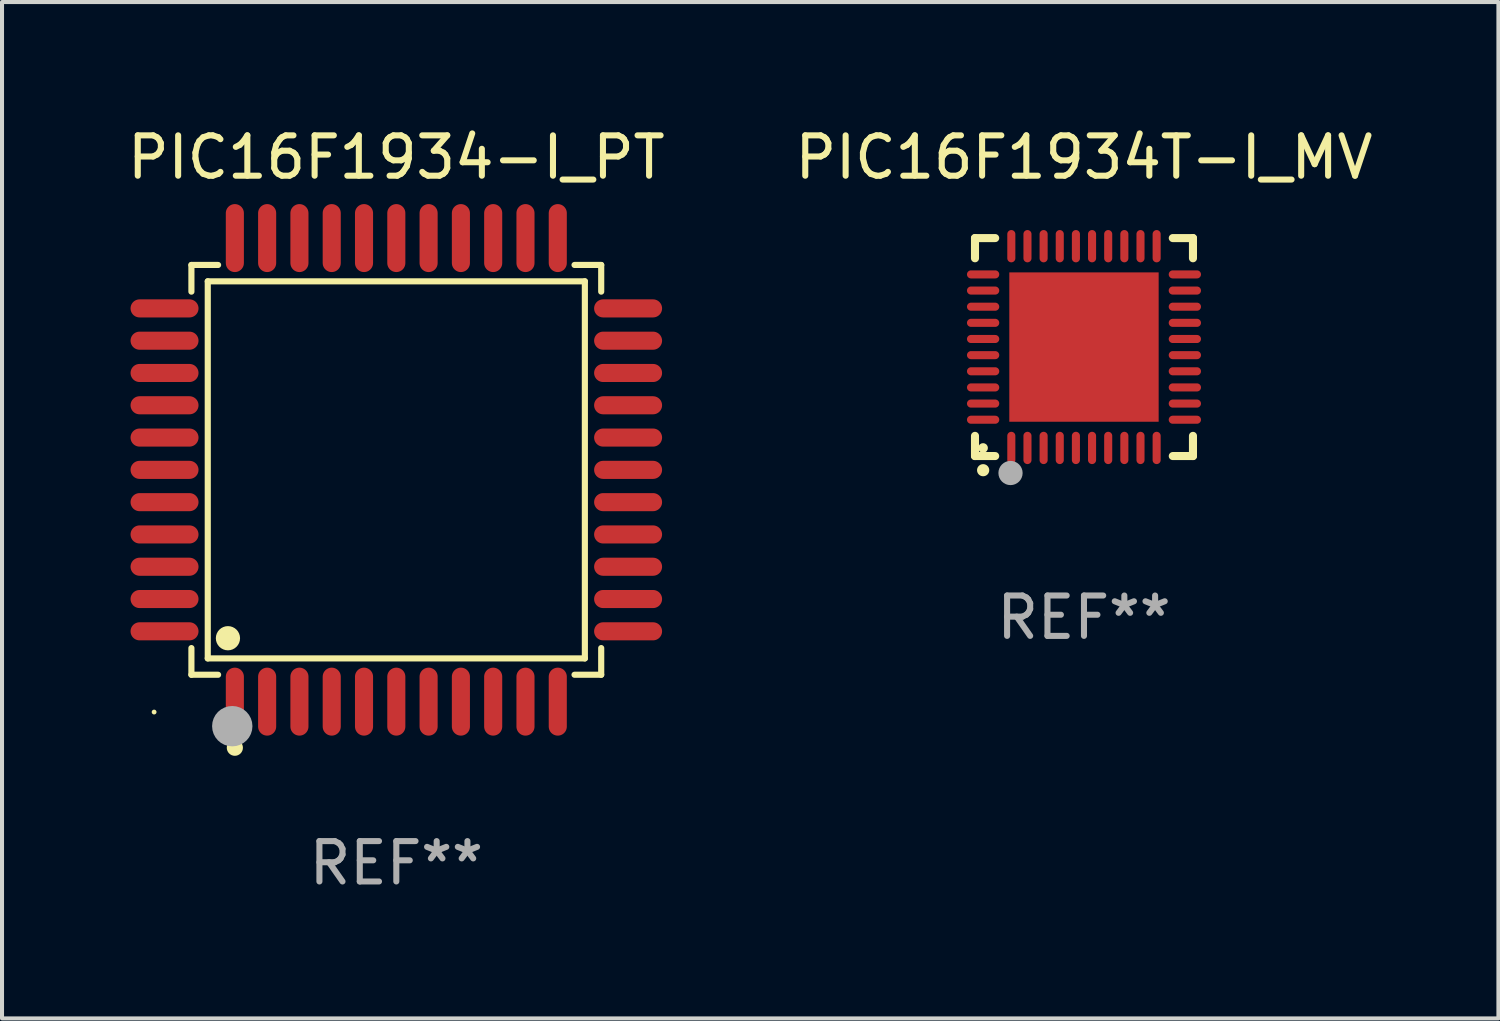
<source format=kicad_pcb>
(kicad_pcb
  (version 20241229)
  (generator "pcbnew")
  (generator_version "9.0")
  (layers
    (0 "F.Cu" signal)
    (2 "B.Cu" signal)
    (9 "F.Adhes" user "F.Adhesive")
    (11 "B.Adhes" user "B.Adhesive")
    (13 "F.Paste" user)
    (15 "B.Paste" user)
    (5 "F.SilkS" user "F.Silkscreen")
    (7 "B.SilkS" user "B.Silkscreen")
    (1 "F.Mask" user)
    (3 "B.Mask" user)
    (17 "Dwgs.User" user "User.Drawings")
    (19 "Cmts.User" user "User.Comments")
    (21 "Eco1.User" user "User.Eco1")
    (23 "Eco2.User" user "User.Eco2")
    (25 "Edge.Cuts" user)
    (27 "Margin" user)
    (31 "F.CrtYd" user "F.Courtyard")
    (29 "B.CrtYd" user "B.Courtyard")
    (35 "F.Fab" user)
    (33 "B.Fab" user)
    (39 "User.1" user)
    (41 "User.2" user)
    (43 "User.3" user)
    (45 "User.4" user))
  (footprint "PIC16F1934-I_PT"
    (layer "F.Cu")
    (at 6.768 8.59)
    (property "Reference" "PIC16F1934-I_PT" (at 0 -7.742 0) (layer "F.SilkS") (effects (font (size 1 1) (thickness 0.15))))
    (attr through_hole)
    (fp_line (start -5.076 -5.076) (end -4.415 -5.076) (stroke (width 0.152) (type solid)) (layer "F.SilkS"))
    (fp_line (start -5.076 -4.415) (end -5.076 -5.076) (stroke (width 0.152) (type solid)) (layer "F.SilkS"))
    (fp_line (start -5.076 4.415) (end -5.076 5.076) (stroke (width 0.152) (type solid)) (layer "F.SilkS"))
    (fp_line (start -5.076 5.076) (end -4.415 5.076) (stroke (width 0.152) (type solid)) (layer "F.SilkS"))
    (fp_line (start -4.671 -4.671) (end 4.671 -4.671) (stroke (width 0.152) (type solid)) (layer "F.SilkS"))
    (fp_line (start -4.671 4.671) (end -4.671 -4.671) (stroke (width 0.152) (type solid)) (layer "F.SilkS"))
    (fp_line (start 4.671 -4.671) (end 4.671 4.671) (stroke (width 0.152) (type solid)) (layer "F.SilkS"))
    (fp_line (start 4.671 4.671) (end -4.671 4.671) (stroke (width 0.152) (type solid)) (layer "F.SilkS"))
    (fp_line (start 5.076 -5.076) (end 4.415 -5.076) (stroke (width 0.152) (type solid)) (layer "F.SilkS"))
    (fp_line (start 5.076 -4.415) (end 5.076 -5.076) (stroke (width 0.152) (type solid)) (layer "F.SilkS"))
    (fp_line (start 5.076 4.415) (end 5.076 5.076) (stroke (width 0.152) (type solid)) (layer "F.SilkS"))
    (fp_line (start 5.076 5.076) (end 4.415 5.076) (stroke (width 0.152) (type solid)) (layer "F.SilkS"))
    (fp_circle (center -6 6) (end -5.97 6) (stroke (width 0.06) (type solid)) (fill no) (layer "F.SilkS"))
    (fp_circle (center -4.171 4.171) (end -4.021 4.171) (stroke (width 0.3) (type solid)) (fill no) (layer "F.SilkS"))
    (fp_circle (center -4 6.884) (end -3.9 6.884) (stroke (width 0.2) (type solid)) (fill no) (layer "F.SilkS"))
    (fp_circle (center -4.064 6.35) (end -3.814 6.35) (stroke (width 0.5) (type solid)) (fill no) (layer "F.Fab"))
    (fp_text user "REF**" (at 0 9.742 0) (layer "F.Fab") (effects (font (size 1 1) (thickness 0.15))))
    (pad "1" smd oval (at -4 5.742) (size 0.448 1.684) (layers "F.Cu" "F.Mask" "F.Paste"))
    (pad "2" smd oval (at -3.2 5.742) (size 0.448 1.684) (layers "F.Cu" "F.Mask" "F.Paste"))
    (pad "3" smd oval (at -2.4 5.742) (size 0.448 1.684) (layers "F.Cu" "F.Mask" "F.Paste"))
    (pad "4" smd oval (at -1.6 5.742) (size 0.448 1.684) (layers "F.Cu" "F.Mask" "F.Paste"))
    (pad "5" smd oval (at -0.8 5.742) (size 0.448 1.684) (layers "F.Cu" "F.Mask" "F.Paste"))
    (pad "6" smd oval (at 0 5.742) (size 0.448 1.684) (layers "F.Cu" "F.Mask" "F.Paste"))
    (pad "7" smd oval (at 0.8 5.742) (size 0.448 1.684) (layers "F.Cu" "F.Mask" "F.Paste"))
    (pad "8" smd oval (at 1.6 5.742) (size 0.448 1.684) (layers "F.Cu" "F.Mask" "F.Paste"))
    (pad "9" smd oval (at 2.4 5.742) (size 0.448 1.684) (layers "F.Cu" "F.Mask" "F.Paste"))
    (pad "10" smd oval (at 3.2 5.742) (size 0.448 1.684) (layers "F.Cu" "F.Mask" "F.Paste"))
    (pad "11" smd oval (at 4 5.742) (size 0.448 1.684) (layers "F.Cu" "F.Mask" "F.Paste"))
    (pad "12" smd oval (at 5.742 4) (size 1.684 0.448) (layers "F.Cu" "F.Mask" "F.Paste"))
    (pad "13" smd oval (at 5.742 3.2) (size 1.684 0.448) (layers "F.Cu" "F.Mask" "F.Paste"))
    (pad "14" smd oval (at 5.742 2.4) (size 1.684 0.448) (layers "F.Cu" "F.Mask" "F.Paste"))
    (pad "15" smd oval (at 5.742 1.6) (size 1.684 0.448) (layers "F.Cu" "F.Mask" "F.Paste"))
    (pad "16" smd oval (at 5.742 0.8) (size 1.684 0.448) (layers "F.Cu" "F.Mask" "F.Paste"))
    (pad "17" smd oval (at 5.742 0) (size 1.684 0.448) (layers "F.Cu" "F.Mask" "F.Paste"))
    (pad "18" smd oval (at 5.742 -0.8) (size 1.684 0.448) (layers "F.Cu" "F.Mask" "F.Paste"))
    (pad "19" smd oval (at 5.742 -1.6) (size 1.684 0.448) (layers "F.Cu" "F.Mask" "F.Paste"))
    (pad "20" smd oval (at 5.742 -2.4) (size 1.684 0.448) (layers "F.Cu" "F.Mask" "F.Paste"))
    (pad "21" smd oval (at 5.742 -3.2) (size 1.684 0.448) (layers "F.Cu" "F.Mask" "F.Paste"))
    (pad "22" smd oval (at 5.742 -4) (size 1.684 0.448) (layers "F.Cu" "F.Mask" "F.Paste"))
    (pad "23" smd oval (at 4 -5.742) (size 0.448 1.684) (layers "F.Cu" "F.Mask" "F.Paste"))
    (pad "24" smd oval (at 3.2 -5.742) (size 0.448 1.684) (layers "F.Cu" "F.Mask" "F.Paste"))
    (pad "25" smd oval (at 2.4 -5.742) (size 0.448 1.684) (layers "F.Cu" "F.Mask" "F.Paste"))
    (pad "26" smd oval (at 1.6 -5.742) (size 0.448 1.684) (layers "F.Cu" "F.Mask" "F.Paste"))
    (pad "27" smd oval (at 0.8 -5.742) (size 0.448 1.684) (layers "F.Cu" "F.Mask" "F.Paste"))
    (pad "28" smd oval (at 0 -5.742) (size 0.448 1.684) (layers "F.Cu" "F.Mask" "F.Paste"))
    (pad "29" smd oval (at -0.8 -5.742) (size 0.448 1.684) (layers "F.Cu" "F.Mask" "F.Paste"))
    (pad "30" smd oval (at -1.6 -5.742) (size 0.448 1.684) (layers "F.Cu" "F.Mask" "F.Paste"))
    (pad "31" smd oval (at -2.4 -5.742) (size 0.448 1.684) (layers "F.Cu" "F.Mask" "F.Paste"))
    (pad "32" smd oval (at -3.2 -5.742) (size 0.448 1.684) (layers "F.Cu" "F.Mask" "F.Paste"))
    (pad "33" smd oval (at -4 -5.742) (size 0.448 1.684) (layers "F.Cu" "F.Mask" "F.Paste"))
    (pad "34" smd oval (at -5.742 -4) (size 1.684 0.448) (layers "F.Cu" "F.Mask" "F.Paste"))
    (pad "35" smd oval (at -5.742 -3.2) (size 1.684 0.448) (layers "F.Cu" "F.Mask" "F.Paste"))
    (pad "36" smd oval (at -5.742 -2.4) (size 1.684 0.448) (layers "F.Cu" "F.Mask" "F.Paste"))
    (pad "37" smd oval (at -5.742 -1.6) (size 1.684 0.448) (layers "F.Cu" "F.Mask" "F.Paste"))
    (pad "38" smd oval (at -5.742 -0.8) (size 1.684 0.448) (layers "F.Cu" "F.Mask" "F.Paste"))
    (pad "39" smd oval (at -5.742 0) (size 1.684 0.448) (layers "F.Cu" "F.Mask" "F.Paste"))
    (pad "40" smd oval (at -5.742 0.8) (size 1.684 0.448) (layers "F.Cu" "F.Mask" "F.Paste"))
    (pad "41" smd oval (at -5.742 1.6) (size 1.684 0.448) (layers "F.Cu" "F.Mask" "F.Paste"))
    (pad "42" smd oval (at -5.742 2.4) (size 1.684 0.448) (layers "F.Cu" "F.Mask" "F.Paste"))
    (pad "43" smd oval (at -5.742 3.2) (size 1.684 0.448) (layers "F.Cu" "F.Mask" "F.Paste"))
    (pad "44" smd oval (at -5.742 4) (size 1.684 0.448) (layers "F.Cu" "F.Mask" "F.Paste")))
  (footprint "PIC16F1934T-I_MV"
    (layer "F.Cu")
    (at 23.804 5.548)
    (property "Reference" "PIC16F1934T-I_MV" (at 0 -4.7 0) (layer "F.SilkS") (effects (font (size 1 1) (thickness 0.15))))
    (attr through_hole)
    (fp_line (start -2.7 -2.7) (end -2.7 -2.2) (stroke (width 0.2) (type solid)) (layer "F.SilkS"))
    (fp_line (start -2.7 2.7) (end -2.7 2.2) (stroke (width 0.2) (type solid)) (layer "F.SilkS"))
    (fp_line (start -2.2 -2.7) (end -2.7 -2.7) (stroke (width 0.2) (type solid)) (layer "F.SilkS"))
    (fp_line (start -2.2 2.7) (end -2.7 2.7) (stroke (width 0.2) (type solid)) (layer "F.SilkS"))
    (fp_line (start 2.7 -2.7) (end 2.2 -2.7) (stroke (width 0.2) (type solid)) (layer "F.SilkS"))
    (fp_line (start 2.7 -2.2) (end 2.7 -2.7) (stroke (width 0.2) (type solid)) (layer "F.SilkS"))
    (fp_line (start 2.7 2.2) (end 2.7 2.7) (stroke (width 0.2) (type solid)) (layer "F.SilkS"))
    (fp_line (start 2.7 2.7) (end 2.2 2.7) (stroke (width 0.2) (type solid)) (layer "F.SilkS"))
    (fp_arc (start -2.499365 3.050546) (mid -2.498095 3.050541) (end -2.496825 3.050546) (stroke (width 0.3) (type solid)) (layer "F.SilkS"))
    (fp_circle (center -2.5 2.5) (end -2.44 2.5) (stroke (width 0.12) (type solid)) (fill no) (layer "F.SilkS"))
    (fp_circle (center -1.82 3.12) (end -1.67 3.12) (stroke (width 0.3) (type solid)) (fill no) (layer "F.Fab"))
    (fp_text user "REF**" (at 0 6.7 0) (layer "F.Fab") (effects (font (size 1 1) (thickness 0.15))))
    (pad "1" smd oval (at -1.8 2.499) (size 0.2 0.8) (layers "F.Cu" "F.Mask" "F.Paste"))
    (pad "2" smd oval (at -1.4 2.499) (size 0.2 0.8) (layers "F.Cu" "F.Mask" "F.Paste"))
    (pad "3" smd oval (at -1 2.499) (size 0.2 0.8) (layers "F.Cu" "F.Mask" "F.Paste"))
    (pad "4" smd oval (at -0.6 2.499) (size 0.2 0.8) (layers "F.Cu" "F.Mask" "F.Paste"))
    (pad "5" smd oval (at -0.2 2.499) (size 0.2 0.8) (layers "F.Cu" "F.Mask" "F.Paste"))
    (pad "6" smd oval (at 0.2 2.499) (size 0.2 0.8) (layers "F.Cu" "F.Mask" "F.Paste"))
    (pad "7" smd oval (at 0.6 2.499) (size 0.2 0.8) (layers "F.Cu" "F.Mask" "F.Paste"))
    (pad "8" smd oval (at 1 2.499) (size 0.2 0.8) (layers "F.Cu" "F.Mask" "F.Paste"))
    (pad "9" smd oval (at 1.4 2.499) (size 0.2 0.8) (layers "F.Cu" "F.Mask" "F.Paste"))
    (pad "10" smd oval (at 1.8 2.499) (size 0.2 0.8) (layers "F.Cu" "F.Mask" "F.Paste"))
    (pad "11" smd oval (at 2.499 1.8) (size 0.8 0.2) (layers "F.Cu" "F.Mask" "F.Paste"))
    (pad "12" smd oval (at 2.499 1.4) (size 0.8 0.2) (layers "F.Cu" "F.Mask" "F.Paste"))
    (pad "13" smd oval (at 2.499 1) (size 0.8 0.2) (layers "F.Cu" "F.Mask" "F.Paste"))
    (pad "14" smd oval (at 2.499 0.6) (size 0.8 0.2) (layers "F.Cu" "F.Mask" "F.Paste"))
    (pad "15" smd oval (at 2.499 0.2) (size 0.8 0.2) (layers "F.Cu" "F.Mask" "F.Paste"))
    (pad "16" smd oval (at 2.499 -0.2) (size 0.8 0.2) (layers "F.Cu" "F.Mask" "F.Paste"))
    (pad "17" smd oval (at 2.499 -0.6) (size 0.8 0.2) (layers "F.Cu" "F.Mask" "F.Paste"))
    (pad "18" smd oval (at 2.499 -1) (size 0.8 0.2) (layers "F.Cu" "F.Mask" "F.Paste"))
    (pad "19" smd oval (at 2.499 -1.4) (size 0.8 0.2) (layers "F.Cu" "F.Mask" "F.Paste"))
    (pad "20" smd oval (at 2.499 -1.8) (size 0.8 0.2) (layers "F.Cu" "F.Mask" "F.Paste"))
    (pad "21" smd oval (at 1.8 -2.499) (size 0.2 0.8) (layers "F.Cu" "F.Mask" "F.Paste"))
    (pad "22" smd oval (at 1.4 -2.499) (size 0.2 0.8) (layers "F.Cu" "F.Mask" "F.Paste"))
    (pad "23" smd oval (at 1 -2.499) (size 0.2 0.8) (layers "F.Cu" "F.Mask" "F.Paste"))
    (pad "24" smd oval (at 0.6 -2.499) (size 0.2 0.8) (layers "F.Cu" "F.Mask" "F.Paste"))
    (pad "25" smd oval (at 0.2 -2.499) (size 0.2 0.8) (layers "F.Cu" "F.Mask" "F.Paste"))
    (pad "26" smd oval (at -0.2 -2.499) (size 0.2 0.8) (layers "F.Cu" "F.Mask" "F.Paste"))
    (pad "27" smd oval (at -0.6 -2.499) (size 0.2 0.8) (layers "F.Cu" "F.Mask" "F.Paste"))
    (pad "28" smd oval (at -1 -2.499) (size 0.2 0.8) (layers "F.Cu" "F.Mask" "F.Paste"))
    (pad "29" smd oval (at -1.4 -2.499) (size 0.2 0.8) (layers "F.Cu" "F.Mask" "F.Paste"))
    (pad "30" smd oval (at -1.8 -2.499) (size 0.2 0.8) (layers "F.Cu" "F.Mask" "F.Paste"))
    (pad "31" smd oval (at -2.499 -1.8) (size 0.8 0.2) (layers "F.Cu" "F.Mask" "F.Paste"))
    (pad "32" smd oval (at -2.499 -1.4) (size 0.8 0.2) (layers "F.Cu" "F.Mask" "F.Paste"))
    (pad "33" smd oval (at -2.499 -1) (size 0.8 0.2) (layers "F.Cu" "F.Mask" "F.Paste"))
    (pad "34" smd oval (at -2.499 -0.6) (size 0.8 0.2) (layers "F.Cu" "F.Mask" "F.Paste"))
    (pad "35" smd oval (at -2.499 -0.2) (size 0.8 0.2) (layers "F.Cu" "F.Mask" "F.Paste"))
    (pad "36" smd oval (at -2.499 0.2) (size 0.8 0.2) (layers "F.Cu" "F.Mask" "F.Paste"))
    (pad "37" smd oval (at -2.499 0.6) (size 0.8 0.2) (layers "F.Cu" "F.Mask" "F.Paste"))
    (pad "38" smd oval (at -2.499 1) (size 0.8 0.2) (layers "F.Cu" "F.Mask" "F.Paste"))
    (pad "39" smd oval (at -2.499 1.4) (size 0.8 0.2) (layers "F.Cu" "F.Mask" "F.Paste"))
    (pad "40" smd oval (at -2.499 1.8) (size 0.8 0.2) (layers "F.Cu" "F.Mask" "F.Paste"))
    (pad "41" smd rect (at 0 0) (size 3.7 3.7) (layers "F.Cu" "F.Mask" "F.Paste")))
  (gr_rect
    (start -3 -3)
    (end 34.071 22.18)
    (stroke (width 0.1) (type default))
    (fill no)
    (layer "Edge.Cuts")))
</source>
